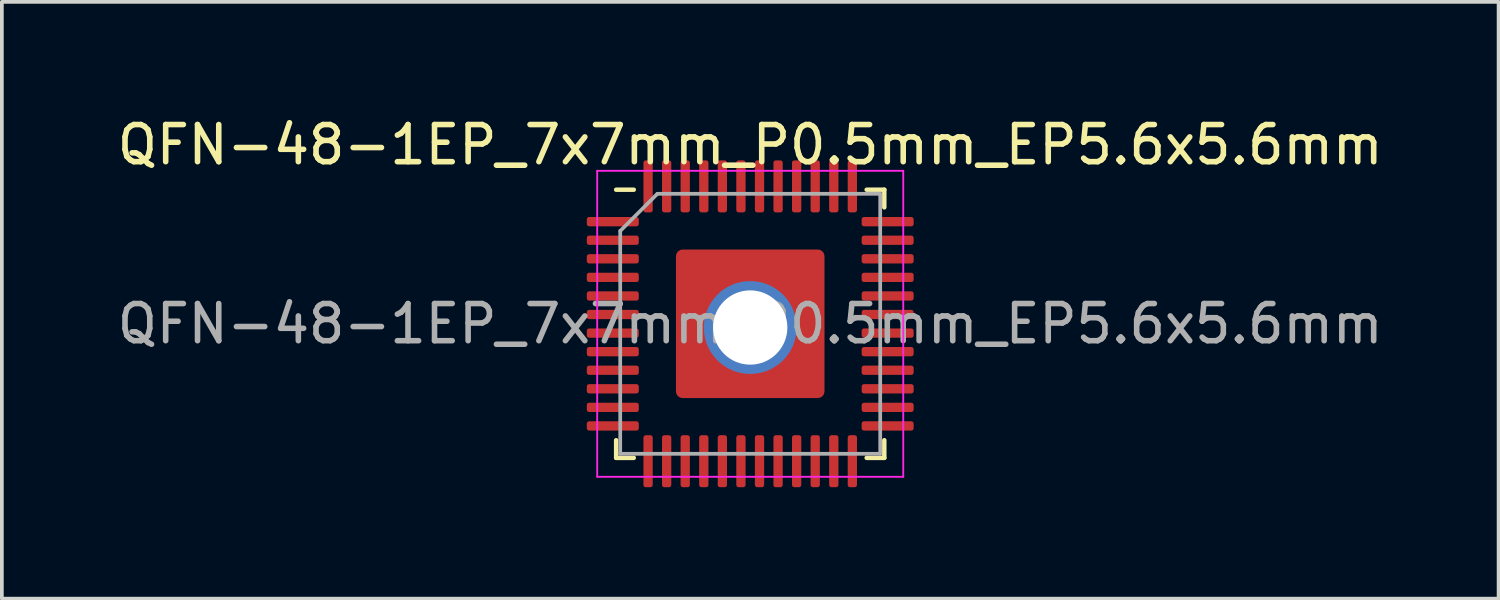
<source format=kicad_pcb>
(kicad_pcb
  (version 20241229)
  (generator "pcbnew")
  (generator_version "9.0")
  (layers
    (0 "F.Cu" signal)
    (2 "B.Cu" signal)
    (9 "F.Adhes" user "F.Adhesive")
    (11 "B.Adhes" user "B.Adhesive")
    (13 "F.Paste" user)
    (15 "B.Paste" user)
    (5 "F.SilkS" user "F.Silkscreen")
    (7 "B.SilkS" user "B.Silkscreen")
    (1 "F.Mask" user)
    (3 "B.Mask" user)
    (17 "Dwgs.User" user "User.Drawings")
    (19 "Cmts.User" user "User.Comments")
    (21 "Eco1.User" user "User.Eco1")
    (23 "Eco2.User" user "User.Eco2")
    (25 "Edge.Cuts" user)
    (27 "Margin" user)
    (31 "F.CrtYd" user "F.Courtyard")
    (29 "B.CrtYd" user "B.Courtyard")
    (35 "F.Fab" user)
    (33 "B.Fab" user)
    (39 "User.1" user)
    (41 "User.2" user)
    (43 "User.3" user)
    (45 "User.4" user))
  (footprint "QFN-48-1EP_7x7mm_P0.5mm_EP5.6x5.6mm"
    (layer "F.Cu")
    (at 17.149 5.668)
    (property "Reference" "QFN-48-1EP_7x7mm_P0.5mm_EP5.6x5.6mm" (at 0 -4.82 0) (layer "F.SilkS") (effects (font (size 1 1) (thickness 0.15))))
    (attr smd)
    (fp_line (start -3.61 3.61) (end -3.61 3.135) (stroke (width 0.12) (type solid)) (layer "F.SilkS"))
    (fp_line (start -3.135 -3.61) (end -3.61 -3.61) (stroke (width 0.12) (type solid)) (layer "F.SilkS"))
    (fp_line (start -3.135 3.61) (end -3.61 3.61) (stroke (width 0.12) (type solid)) (layer "F.SilkS"))
    (fp_line (start 3.135 -3.61) (end 3.61 -3.61) (stroke (width 0.12) (type solid)) (layer "F.SilkS"))
    (fp_line (start 3.135 3.61) (end 3.61 3.61) (stroke (width 0.12) (type solid)) (layer "F.SilkS"))
    (fp_line (start 3.61 -3.61) (end 3.61 -3.135) (stroke (width 0.12) (type solid)) (layer "F.SilkS"))
    (fp_line (start 3.61 3.61) (end 3.61 3.135) (stroke (width 0.12) (type solid)) (layer "F.SilkS"))
    (fp_line (start -4.12 -4.12) (end -4.12 4.12) (stroke (width 0.05) (type solid)) (layer "F.CrtYd"))
    (fp_line (start -4.12 4.12) (end 4.12 4.12) (stroke (width 0.05) (type solid)) (layer "F.CrtYd"))
    (fp_line (start 4.12 -4.12) (end -4.12 -4.12) (stroke (width 0.05) (type solid)) (layer "F.CrtYd"))
    (fp_line (start 4.12 4.12) (end 4.12 -4.12) (stroke (width 0.05) (type solid)) (layer "F.CrtYd"))
    (fp_line (start -3.5 -2.5) (end -2.5 -3.5) (stroke (width 0.1) (type solid)) (layer "F.Fab"))
    (fp_line (start -3.5 3.5) (end -3.5 -2.5) (stroke (width 0.1) (type solid)) (layer "F.Fab"))
    (fp_line (start -2.5 -3.5) (end 3.5 -3.5) (stroke (width 0.1) (type solid)) (layer "F.Fab"))
    (fp_line (start 3.5 -3.5) (end 3.5 3.5) (stroke (width 0.1) (type solid)) (layer "F.Fab"))
    (fp_line (start 3.5 3.5) (end -3.5 3.5) (stroke (width 0.1) (type solid)) (layer "F.Fab"))
    (fp_text user "${REFERENCE}" (at 0 0 0) (layer "F.Fab") (effects (font (size 1 1) (thickness 0.15))))
    (pad "" smd roundrect (at -0.7 -0.7) (size 1.13 1.13) (layers "F.Paste") (roundrect_rratio 0.221))
    (pad "" smd roundrect (at -0.7 0.7) (size 1.13 1.13) (layers "F.Paste") (roundrect_rratio 0.221))
    (pad "" smd roundrect (at 0.7 -0.7) (size 1.13 1.13) (layers "F.Paste") (roundrect_rratio 0.221))
    (pad "" smd roundrect (at 0.7 0.7) (size 1.13 1.13) (layers "F.Paste") (roundrect_rratio 0.221))
    (pad "1" smd roundrect (at -3.7 -2.75) (size 1.4 0.25) (layers "F.Cu" "F.Mask" "F.Paste") (roundrect_rratio 0.25))
    (pad "2" smd roundrect (at -3.7 -2.25) (size 1.4 0.25) (layers "F.Cu" "F.Mask" "F.Paste") (roundrect_rratio 0.25))
    (pad "3" smd roundrect (at -3.7 -1.75) (size 1.4 0.25) (layers "F.Cu" "F.Mask" "F.Paste") (roundrect_rratio 0.25))
    (pad "4" smd roundrect (at -3.7 -1.25) (size 1.4 0.25) (layers "F.Cu" "F.Mask" "F.Paste") (roundrect_rratio 0.25))
    (pad "5" smd roundrect (at -3.7 -0.75) (size 1.4 0.25) (layers "F.Cu" "F.Mask" "F.Paste") (roundrect_rratio 0.25))
    (pad "6" smd roundrect (at -3.7 -0.25) (size 1.4 0.25) (layers "F.Cu" "F.Mask" "F.Paste") (roundrect_rratio 0.25))
    (pad "7" smd roundrect (at -3.7 0.25) (size 1.4 0.25) (layers "F.Cu" "F.Mask" "F.Paste") (roundrect_rratio 0.25))
    (pad "8" smd roundrect (at -3.7 0.75) (size 1.4 0.25) (layers "F.Cu" "F.Mask" "F.Paste") (roundrect_rratio 0.25))
    (pad "9" smd roundrect (at -3.7 1.25) (size 1.4 0.25) (layers "F.Cu" "F.Mask" "F.Paste") (roundrect_rratio 0.25))
    (pad "10" smd roundrect (at -3.7 1.75) (size 1.4 0.25) (layers "F.Cu" "F.Mask" "F.Paste") (roundrect_rratio 0.25))
    (pad "11" smd roundrect (at -3.7 2.25) (size 1.4 0.25) (layers "F.Cu" "F.Mask" "F.Paste") (roundrect_rratio 0.25))
    (pad "12" smd roundrect (at -3.7 2.75) (size 1.4 0.25) (layers "F.Cu" "F.Mask" "F.Paste") (roundrect_rratio 0.25))
    (pad "13" smd roundrect (at -2.75 3.7) (size 0.25 1.4) (layers "F.Cu" "F.Mask" "F.Paste") (roundrect_rratio 0.25))
    (pad "14" smd roundrect (at -2.25 3.7) (size 0.25 1.4) (layers "F.Cu" "F.Mask" "F.Paste") (roundrect_rratio 0.25))
    (pad "15" smd roundrect (at -1.75 3.7) (size 0.25 1.4) (layers "F.Cu" "F.Mask" "F.Paste") (roundrect_rratio 0.25))
    (pad "16" smd roundrect (at -1.25 3.7) (size 0.25 1.4) (layers "F.Cu" "F.Mask" "F.Paste") (roundrect_rratio 0.25))
    (pad "17" smd roundrect (at -0.75 3.7) (size 0.25 1.4) (layers "F.Cu" "F.Mask" "F.Paste") (roundrect_rratio 0.25))
    (pad "18" smd roundrect (at -0.25 3.7) (size 0.25 1.4) (layers "F.Cu" "F.Mask" "F.Paste") (roundrect_rratio 0.25))
    (pad "19" smd roundrect (at 0.25 3.7) (size 0.25 1.4) (layers "F.Cu" "F.Mask" "F.Paste") (roundrect_rratio 0.25))
    (pad "20" smd roundrect (at 0.75 3.7) (size 0.25 1.4) (layers "F.Cu" "F.Mask" "F.Paste") (roundrect_rratio 0.25))
    (pad "21" smd roundrect (at 1.25 3.7) (size 0.25 1.4) (layers "F.Cu" "F.Mask" "F.Paste") (roundrect_rratio 0.25))
    (pad "22" smd roundrect (at 1.75 3.7) (size 0.25 1.4) (layers "F.Cu" "F.Mask" "F.Paste") (roundrect_rratio 0.25))
    (pad "23" smd roundrect (at 2.25 3.7) (size 0.25 1.4) (layers "F.Cu" "F.Mask" "F.Paste") (roundrect_rratio 0.25))
    (pad "24" smd roundrect (at 2.75 3.7) (size 0.25 1.4) (layers "F.Cu" "F.Mask" "F.Paste") (roundrect_rratio 0.25))
    (pad "25" smd roundrect (at 3.7 2.75) (size 1.4 0.25) (layers "F.Cu" "F.Mask" "F.Paste") (roundrect_rratio 0.25))
    (pad "26" smd roundrect (at 3.7 2.25) (size 1.4 0.25) (layers "F.Cu" "F.Mask" "F.Paste") (roundrect_rratio 0.25))
    (pad "27" smd roundrect (at 3.7 1.75) (size 1.4 0.25) (layers "F.Cu" "F.Mask" "F.Paste") (roundrect_rratio 0.25))
    (pad "28" smd roundrect (at 3.7 1.25) (size 1.4 0.25) (layers "F.Cu" "F.Mask" "F.Paste") (roundrect_rratio 0.25))
    (pad "29" smd roundrect (at 3.7 0.75) (size 1.4 0.25) (layers "F.Cu" "F.Mask" "F.Paste") (roundrect_rratio 0.25))
    (pad "30" smd roundrect (at 3.7 0.25) (size 1.4 0.25) (layers "F.Cu" "F.Mask" "F.Paste") (roundrect_rratio 0.25))
    (pad "31" smd roundrect (at 3.7 -0.25) (size 1.4 0.25) (layers "F.Cu" "F.Mask" "F.Paste") (roundrect_rratio 0.25))
    (pad "32" smd roundrect (at 3.7 -0.75) (size 1.4 0.25) (layers "F.Cu" "F.Mask" "F.Paste") (roundrect_rratio 0.25))
    (pad "33" smd roundrect (at 3.7 -1.25) (size 1.4 0.25) (layers "F.Cu" "F.Mask" "F.Paste") (roundrect_rratio 0.25))
    (pad "34" smd roundrect (at 3.7 -1.75) (size 1.4 0.25) (layers "F.Cu" "F.Mask" "F.Paste") (roundrect_rratio 0.25))
    (pad "35" smd roundrect (at 3.7 -2.25) (size 1.4 0.25) (layers "F.Cu" "F.Mask" "F.Paste") (roundrect_rratio 0.25))
    (pad "36" smd roundrect (at 3.7 -2.75) (size 1.4 0.25) (layers "F.Cu" "F.Mask" "F.Paste") (roundrect_rratio 0.25))
    (pad "37" smd roundrect (at 2.75 -3.7) (size 0.25 1.4) (layers "F.Cu" "F.Mask" "F.Paste") (roundrect_rratio 0.25))
    (pad "38" smd roundrect (at 2.25 -3.7) (size 0.25 1.4) (layers "F.Cu" "F.Mask" "F.Paste") (roundrect_rratio 0.25))
    (pad "39" smd roundrect (at 1.75 -3.7) (size 0.25 1.4) (layers "F.Cu" "F.Mask" "F.Paste") (roundrect_rratio 0.25))
    (pad "40" smd roundrect (at 1.25 -3.7) (size 0.25 1.4) (layers "F.Cu" "F.Mask" "F.Paste") (roundrect_rratio 0.25))
    (pad "41" smd roundrect (at 0.75 -3.7) (size 0.25 1.4) (layers "F.Cu" "F.Mask" "F.Paste") (roundrect_rratio 0.25))
    (pad "42" smd roundrect (at 0.25 -3.7) (size 0.25 1.4) (layers "F.Cu" "F.Mask" "F.Paste") (roundrect_rratio 0.25))
    (pad "43" smd roundrect (at -0.25 -3.7) (size 0.25 1.4) (layers "F.Cu" "F.Mask" "F.Paste") (roundrect_rratio 0.25))
    (pad "44" smd roundrect (at -0.75 -3.7) (size 0.25 1.4) (layers "F.Cu" "F.Mask" "F.Paste") (roundrect_rratio 0.25))
    (pad "45" smd roundrect (at -1.25 -3.7) (size 0.25 1.4) (layers "F.Cu" "F.Mask" "F.Paste") (roundrect_rratio 0.25))
    (pad "46" smd roundrect (at -1.75 -3.7) (size 0.25 1.4) (layers "F.Cu" "F.Mask" "F.Paste") (roundrect_rratio 0.25))
    (pad "47" smd roundrect (at -2.25 -3.7) (size 0.25 1.4) (layers "F.Cu" "F.Mask" "F.Paste") (roundrect_rratio 0.25))
    (pad "48" smd roundrect (at -2.75 -3.7) (size 0.25 1.4) (layers "F.Cu" "F.Mask" "F.Paste") (roundrect_rratio 0.25))
    (pad "49" smd roundrect (at 0 0) (size 4 4) (layers "F.Cu" "F.Mask") (roundrect_rratio 0.045))
    (pad "49" thru_hole circle (at 0 0.1) (size 2.5 2.5) (drill 2) (layers "*.Cu" "*.Mask")))
  (gr_rect
    (start -3 -3)
    (end 37.298 13.068)
    (stroke (width 0.1) (type default))
    (fill no)
    (layer "Edge.Cuts")))
</source>
